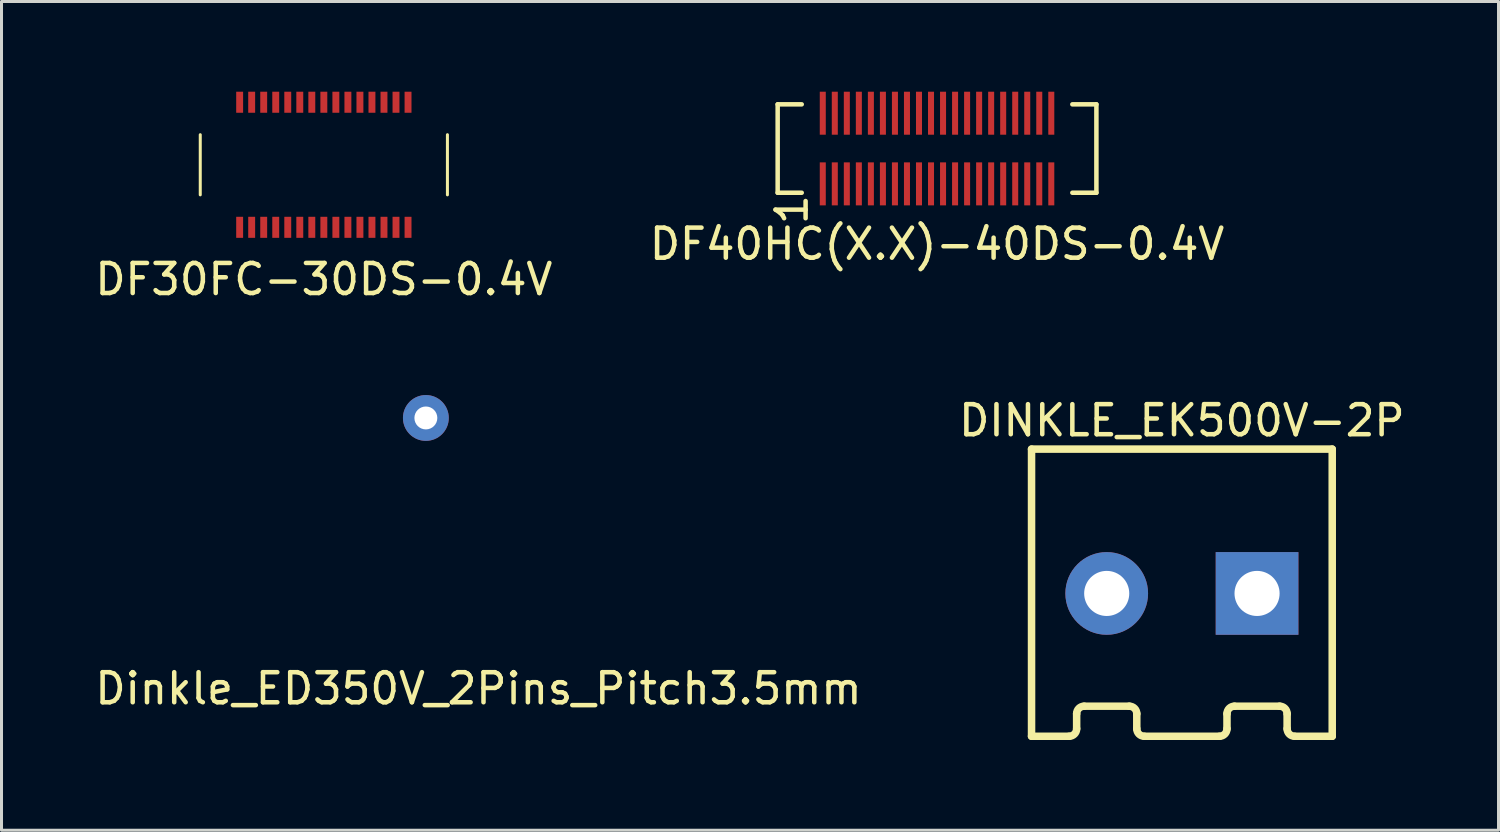
<source format=kicad_pcb>
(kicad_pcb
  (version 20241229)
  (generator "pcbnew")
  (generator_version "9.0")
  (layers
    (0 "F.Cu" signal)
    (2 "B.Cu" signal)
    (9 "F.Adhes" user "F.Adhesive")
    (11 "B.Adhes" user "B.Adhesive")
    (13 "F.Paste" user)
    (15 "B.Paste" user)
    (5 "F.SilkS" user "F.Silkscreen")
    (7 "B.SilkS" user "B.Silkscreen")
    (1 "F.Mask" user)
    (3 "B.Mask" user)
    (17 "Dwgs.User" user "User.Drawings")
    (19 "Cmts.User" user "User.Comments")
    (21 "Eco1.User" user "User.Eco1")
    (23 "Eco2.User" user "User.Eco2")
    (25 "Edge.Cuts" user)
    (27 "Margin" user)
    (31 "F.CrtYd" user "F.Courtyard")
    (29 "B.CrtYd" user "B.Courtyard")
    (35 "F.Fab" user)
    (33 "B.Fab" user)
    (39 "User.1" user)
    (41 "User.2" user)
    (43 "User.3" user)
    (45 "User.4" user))
  (footprint "DF40HC(X.X)-40DS-0.4V"
    (layer "F.Cu")
    (at 28.113 1.89)
    (property "Reference" "DF40HC(X.X)-40DS-0.4V" (at 0 3.175 0) (layer "F.SilkS") (effects (font (size 1 1) (thickness 0.15))))
    (attr through_hole)
    (fp_line (start -5.3 -1.47) (end -5.3 1.47) (stroke (width 0.15) (type solid)) (layer "F.SilkS"))
    (fp_line (start -5.3 -1.47) (end -4.5 -1.47) (stroke (width 0.15) (type solid)) (layer "F.SilkS"))
    (fp_line (start -5.3 1.47) (end -4.5 1.47) (stroke (width 0.15) (type solid)) (layer "F.SilkS"))
    (fp_line (start 4.5 -1.47) (end 5.3 -1.47) (stroke (width 0.15) (type solid)) (layer "F.SilkS"))
    (fp_line (start 5.3 -1.47) (end 5.3 1.47) (stroke (width 0.15) (type solid)) (layer "F.SilkS"))
    (fp_line (start 5.3 1.47) (end 4.5 1.47) (stroke (width 0.15) (type solid)) (layer "F.SilkS"))
    (fp_text user "1" (at -4.826 2.032 90) (layer "F.SilkS") (effects (font (size 1 1) (thickness 0.15))))
    (pad "1" smd rect (at -3.8 1.175) (size 0.2 1.43) (layers "F.Cu" "F.Mask" "F.Paste"))
    (pad "2" smd rect (at -3.8 -1.175) (size 0.2 1.43) (layers "F.Cu" "F.Mask" "F.Paste"))
    (pad "3" smd rect (at -3.4 1.175) (size 0.2 1.43) (layers "F.Cu" "F.Mask" "F.Paste"))
    (pad "4" smd rect (at -3.4 -1.175) (size 0.2 1.43) (layers "F.Cu" "F.Mask" "F.Paste"))
    (pad "5" smd rect (at -3 1.175) (size 0.2 1.43) (layers "F.Cu" "F.Mask" "F.Paste"))
    (pad "6" smd rect (at -3 -1.175) (size 0.2 1.43) (layers "F.Cu" "F.Mask" "F.Paste"))
    (pad "7" smd rect (at -2.6 1.175) (size 0.2 1.43) (layers "F.Cu" "F.Mask" "F.Paste"))
    (pad "8" smd rect (at -2.6 -1.175) (size 0.2 1.43) (layers "F.Cu" "F.Mask" "F.Paste"))
    (pad "9" smd rect (at -2.2 1.175) (size 0.2 1.43) (layers "F.Cu" "F.Mask" "F.Paste"))
    (pad "10" smd rect (at -2.2 -1.175) (size 0.2 1.43) (layers "F.Cu" "F.Mask" "F.Paste"))
    (pad "11" smd rect (at -1.8 1.175) (size 0.2 1.43) (layers "F.Cu" "F.Mask" "F.Paste"))
    (pad "12" smd rect (at -1.8 -1.175) (size 0.2 1.43) (layers "F.Cu" "F.Mask" "F.Paste"))
    (pad "13" smd rect (at -1.4 1.175) (size 0.2 1.43) (layers "F.Cu" "F.Mask" "F.Paste"))
    (pad "14" smd rect (at -1.4 -1.175) (size 0.2 1.43) (layers "F.Cu" "F.Mask" "F.Paste"))
    (pad "15" smd rect (at -1 1.175) (size 0.2 1.43) (layers "F.Cu" "F.Mask" "F.Paste"))
    (pad "16" smd rect (at -1 -1.175) (size 0.2 1.43) (layers "F.Cu" "F.Mask" "F.Paste"))
    (pad "17" smd rect (at -0.6 1.175) (size 0.2 1.43) (layers "F.Cu" "F.Mask" "F.Paste"))
    (pad "18" smd rect (at -0.6 -1.175) (size 0.2 1.43) (layers "F.Cu" "F.Mask" "F.Paste"))
    (pad "19" smd rect (at -0.2 1.175) (size 0.2 1.43) (layers "F.Cu" "F.Mask" "F.Paste"))
    (pad "20" smd rect (at -0.2 -1.175) (size 0.2 1.43) (layers "F.Cu" "F.Mask" "F.Paste"))
    (pad "21" smd rect (at 0.2 1.175) (size 0.2 1.43) (layers "F.Cu" "F.Mask" "F.Paste"))
    (pad "22" smd rect (at 0.2 -1.175) (size 0.2 1.43) (layers "F.Cu" "F.Mask" "F.Paste"))
    (pad "23" smd rect (at 0.6 1.175) (size 0.2 1.43) (layers "F.Cu" "F.Mask" "F.Paste"))
    (pad "24" smd rect (at 0.6 -1.175) (size 0.2 1.43) (layers "F.Cu" "F.Mask" "F.Paste"))
    (pad "25" smd rect (at 1 1.175) (size 0.2 1.43) (layers "F.Cu" "F.Mask" "F.Paste"))
    (pad "26" smd rect (at 1 -1.175) (size 0.2 1.43) (layers "F.Cu" "F.Mask" "F.Paste"))
    (pad "27" smd rect (at 1.4 1.175) (size 0.2 1.43) (layers "F.Cu" "F.Mask" "F.Paste"))
    (pad "28" smd rect (at 1.4 -1.175) (size 0.2 1.43) (layers "F.Cu" "F.Mask" "F.Paste"))
    (pad "29" smd rect (at 1.8 1.175) (size 0.2 1.43) (layers "F.Cu" "F.Mask" "F.Paste"))
    (pad "30" smd rect (at 1.8 -1.175) (size 0.2 1.43) (layers "F.Cu" "F.Mask" "F.Paste"))
    (pad "31" smd rect (at 2.2 1.175) (size 0.2 1.43) (layers "F.Cu" "F.Mask" "F.Paste"))
    (pad "32" smd rect (at 2.2 -1.175) (size 0.2 1.43) (layers "F.Cu" "F.Mask" "F.Paste"))
    (pad "33" smd rect (at 2.6 1.175) (size 0.2 1.43) (layers "F.Cu" "F.Mask" "F.Paste"))
    (pad "34" smd rect (at 2.6 -1.175) (size 0.2 1.43) (layers "F.Cu" "F.Mask" "F.Paste"))
    (pad "35" smd rect (at 3 1.175) (size 0.2 1.43) (layers "F.Cu" "F.Mask" "F.Paste"))
    (pad "36" smd rect (at 3 -1.175) (size 0.2 1.43) (layers "F.Cu" "F.Mask" "F.Paste"))
    (pad "37" smd rect (at 3.4 1.175) (size 0.2 1.43) (layers "F.Cu" "F.Mask" "F.Paste"))
    (pad "38" smd rect (at 3.4 -1.175) (size 0.2 1.43) (layers "F.Cu" "F.Mask" "F.Paste"))
    (pad "39" smd rect (at 3.8 1.175) (size 0.2 1.43) (layers "F.Cu" "F.Mask" "F.Paste"))
    (pad "40" smd rect (at 3.8 -1.175) (size 0.2 1.43) (layers "F.Cu" "F.Mask" "F.Paste")))
  (footprint "DF30FC-30DS-0.4V"
    (layer "F.Cu")
    (at 7.72 2.43)
    (property "Reference" "DF30FC-30DS-0.4V" (at 0 3.81 0) (layer "F.SilkS") (effects (font (size 1 1) (thickness 0.15))))
    (attr through_hole)
    (fp_line (start -4.11 -1) (end -4.11 1) (stroke (width 0.1) (type solid)) (layer "F.SilkS"))
    (fp_line (start 4.11 -1) (end 4.11 1) (stroke (width 0.1) (type solid)) (layer "F.SilkS"))
    (pad "1" smd rect (at 2.8 -2.08) (size 0.23 0.7) (layers "F.Cu" "F.Mask" "F.Paste"))
    (pad "2" smd rect (at 2.8 2.08) (size 0.23 0.7) (layers "F.Cu" "F.Mask" "F.Paste"))
    (pad "3" smd rect (at 2.4 -2.08) (size 0.23 0.7) (layers "F.Cu" "F.Mask" "F.Paste"))
    (pad "4" smd rect (at 2.4 2.08) (size 0.23 0.7) (layers "F.Cu" "F.Mask" "F.Paste"))
    (pad "5" smd rect (at 2 -2.08) (size 0.23 0.7) (layers "F.Cu" "F.Mask" "F.Paste"))
    (pad "6" smd rect (at 2 2.08) (size 0.23 0.7) (layers "F.Cu" "F.Mask" "F.Paste"))
    (pad "7" smd rect (at 1.6 -2.08) (size 0.23 0.7) (layers "F.Cu" "F.Mask" "F.Paste"))
    (pad "8" smd rect (at 1.6 2.08) (size 0.23 0.7) (layers "F.Cu" "F.Mask" "F.Paste"))
    (pad "9" smd rect (at 1.2 -2.08) (size 0.23 0.7) (layers "F.Cu" "F.Mask" "F.Paste"))
    (pad "10" smd rect (at 1.2 2.08) (size 0.23 0.7) (layers "F.Cu" "F.Mask" "F.Paste"))
    (pad "11" smd rect (at 0.8 -2.08) (size 0.23 0.7) (layers "F.Cu" "F.Mask" "F.Paste"))
    (pad "12" smd rect (at 0.8 2.08) (size 0.23 0.7) (layers "F.Cu" "F.Mask" "F.Paste"))
    (pad "13" smd rect (at 0.4 -2.08) (size 0.23 0.7) (layers "F.Cu" "F.Mask" "F.Paste"))
    (pad "14" smd rect (at 0.4 2.08) (size 0.23 0.7) (layers "F.Cu" "F.Mask" "F.Paste"))
    (pad "15" smd rect (at 0 -2.08) (size 0.23 0.7) (layers "F.Cu" "F.Mask" "F.Paste"))
    (pad "16" smd rect (at 0 2.08) (size 0.23 0.7) (layers "F.Cu" "F.Mask" "F.Paste"))
    (pad "17" smd rect (at -0.4 -2.08) (size 0.23 0.7) (layers "F.Cu" "F.Mask" "F.Paste"))
    (pad "18" smd rect (at -0.4 2.08) (size 0.23 0.7) (layers "F.Cu" "F.Mask" "F.Paste"))
    (pad "19" smd rect (at -0.8 -2.08) (size 0.23 0.7) (layers "F.Cu" "F.Mask" "F.Paste"))
    (pad "20" smd rect (at -0.8 2.08) (size 0.23 0.7) (layers "F.Cu" "F.Mask" "F.Paste"))
    (pad "21" smd rect (at -1.2 -2.08) (size 0.23 0.7) (layers "F.Cu" "F.Mask" "F.Paste"))
    (pad "22" smd rect (at -1.2 2.08) (size 0.23 0.7) (layers "F.Cu" "F.Mask" "F.Paste"))
    (pad "23" smd rect (at -1.6 -2.08) (size 0.23 0.7) (layers "F.Cu" "F.Mask" "F.Paste"))
    (pad "24" smd rect (at -1.6 2.08) (size 0.23 0.7) (layers "F.Cu" "F.Mask" "F.Paste"))
    (pad "25" smd rect (at -2 -2.08) (size 0.23 0.7) (layers "F.Cu" "F.Mask" "F.Paste"))
    (pad "26" smd rect (at -2 2.08) (size 0.23 0.7) (layers "F.Cu" "F.Mask" "F.Paste"))
    (pad "27" smd rect (at -2.4 -2.08) (size 0.23 0.7) (layers "F.Cu" "F.Mask" "F.Paste"))
    (pad "28" smd rect (at -2.4 2.08) (size 0.23 0.7) (layers "F.Cu" "F.Mask" "F.Paste"))
    (pad "29" smd rect (at -2.8 -2.08) (size 0.23 0.7) (layers "F.Cu" "F.Mask" "F.Paste"))
    (pad "30" smd rect (at -2.8 2.08) (size 0.23 0.7) (layers "F.Cu" "F.Mask" "F.Paste")))
  (footprint "Dinkle_ED350V_2Pins_Pitch3.5mm"
    (layer "F.Cu")
    (at 12.863 10.85)
    (property "Reference" "Dinkle_ED350V_2Pins_Pitch3.5mm" (at 0 9 0) (layer "F.SilkS") (effects (font (size 1 1) (thickness 0.15))))
    (attr through_hole)
    (pad "1" thru_hole circle (at -1.75 0) (size 1.524 1.524) (drill 0.762) (layers "*.Cu" "*.Mask")))
  (footprint "DINKLE_EK500V-2P"
    (layer "F.Cu")
    (at 36.256 16.686)
    (property "Reference" "DINKLE_EK500V-2P" (at 0 -5.75 0) (layer "F.SilkS") (effects (font (size 1 1) (thickness 0.15))))
    (attr through_hole)
    (fp_line (start -5 -4.8) (end -5 4.75) (stroke (width 0.25) (type solid)) (layer "F.SilkS"))
    (fp_line (start -5 -4.8) (end 5 -4.8) (stroke (width 0.25) (type solid)) (layer "F.SilkS"))
    (fp_line (start -5 4.75) (end -3.75 4.75) (stroke (width 0.25) (type solid)) (layer "F.SilkS"))
    (fp_line (start -3.5 4.5) (end -3.5 4) (stroke (width 0.25) (type solid)) (layer "F.SilkS"))
    (fp_line (start -3.25 3.75) (end -1.75 3.75) (stroke (width 0.25) (type solid)) (layer "F.SilkS"))
    (fp_line (start -1.5 4) (end -1.5 4.5) (stroke (width 0.25) (type solid)) (layer "F.SilkS"))
    (fp_line (start -1.25 4.75) (end 1.25 4.75) (stroke (width 0.25) (type solid)) (layer "F.SilkS"))
    (fp_line (start 1.5 4.5) (end 1.5 4) (stroke (width 0.25) (type solid)) (layer "F.SilkS"))
    (fp_line (start 1.75 3.75) (end 3.25 3.75) (stroke (width 0.25) (type solid)) (layer "F.SilkS"))
    (fp_line (start 3.5 4) (end 3.5 4.5) (stroke (width 0.25) (type solid)) (layer "F.SilkS"))
    (fp_line (start 3.75 4.75) (end 5 4.75) (stroke (width 0.25) (type solid)) (layer "F.SilkS"))
    (fp_line (start 5 4.75) (end 5 -4.8) (stroke (width 0.25) (type solid)) (layer "F.SilkS"))
    (fp_arc (start -3.5 4) (mid -3.426777 3.823223) (end -3.25 3.75) (stroke (width 0.25) (type solid)) (layer "F.SilkS"))
    (fp_arc (start -3.5 4.5) (mid -3.573223 4.676777) (end -3.75 4.75) (stroke (width 0.25) (type solid)) (layer "F.SilkS"))
    (fp_arc (start -1.75 3.75) (mid -1.573223 3.823223) (end -1.5 4) (stroke (width 0.25) (type solid)) (layer "F.SilkS"))
    (fp_arc (start -1.25 4.75) (mid -1.426777 4.676777) (end -1.5 4.5) (stroke (width 0.25) (type solid)) (layer "F.SilkS"))
    (fp_arc (start 1.5 4) (mid 1.573223 3.823223) (end 1.75 3.75) (stroke (width 0.25) (type solid)) (layer "F.SilkS"))
    (fp_arc (start 1.5 4.5) (mid 1.426777 4.676777) (end 1.25 4.75) (stroke (width 0.25) (type solid)) (layer "F.SilkS"))
    (fp_arc (start 3.25 3.75) (mid 3.426777 3.823223) (end 3.5 4) (stroke (width 0.25) (type solid)) (layer "F.SilkS"))
    (fp_arc (start 3.75 4.75) (mid 3.573223 4.676777) (end 3.5 4.5) (stroke (width 0.25) (type solid)) (layer "F.SilkS"))
    (pad "1" thru_hole rect (at 2.5 0) (size 2.75 2.75) (drill 1.5) (layers "*.Cu" "*.Mask"))
    (pad "2" thru_hole circle (at -2.5 0) (size 2.75 2.75) (drill 1.5) (layers "*.Cu" "*.Mask")))
  (gr_rect
    (start -3 -3)
    (end 46.786 24.561)
    (stroke (width 0.1) (type default))
    (fill no)
    (layer "Edge.Cuts")))
</source>
